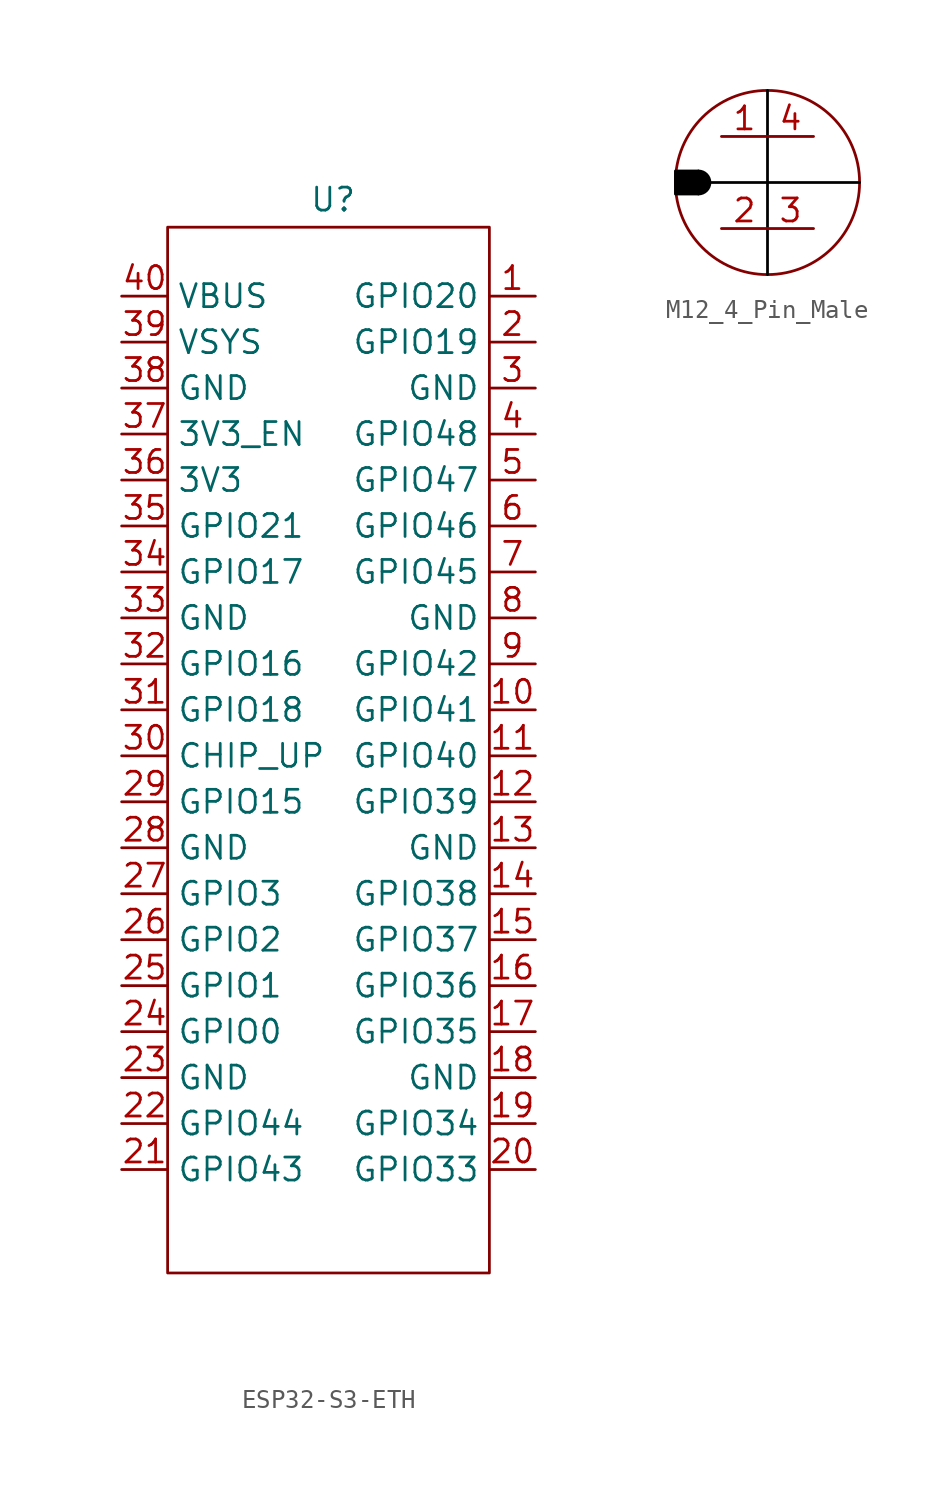
<source format=kicad_sym>
(kicad_symbol_lib
  (version 20241209)
  (generator "kicad_symbol_editor")
  (generator_version "9.0")
  (symbol "ESP32-S3-ETH"
    (property "Reference" "U"
      (at 0.254 34.544 0)
      (effects (font (size 1.27 1.27))))
    (property "Value" ""
      (at 0 0 0)
      (effects (font (size 1.27 1.27))))
    (symbol "ESP32-S3-ETH_0_1"
      (rectangle (start -8.89 33.02) (end 8.89 -24.765) (stroke (width 0) (type default)) (fill (type none))))
    (symbol "ESP32-S3-ETH_1_1"
      (pin bidirectional line (at -11.43 29.21 0) (length 2.54) (name "VBUS" (effects (font (size 1.27 1.27)))) (number "40" (effects (font (size 1.27 1.27)))))
      (pin bidirectional line (at -11.43 26.67 0) (length 2.54) (name "VSYS" (effects (font (size 1.27 1.27)))) (number "39" (effects (font (size 1.27 1.27)))))
      (pin bidirectional line (at -11.43 24.13 0) (length 2.54) (name "GND" (effects (font (size 1.27 1.27)))) (number "38" (effects (font (size 1.27 1.27)))))
      (pin bidirectional line (at -11.43 21.59 0) (length 2.54) (name "3V3_EN" (effects (font (size 1.27 1.27)))) (number "37" (effects (font (size 1.27 1.27)))))
      (pin bidirectional line (at -11.43 19.05 0) (length 2.54) (name "3V3" (effects (font (size 1.27 1.27)))) (number "36" (effects (font (size 1.27 1.27)))))
      (pin bidirectional line (at -11.43 16.51 0) (length 2.54) (name "GPIO21" (effects (font (size 1.27 1.27)))) (number "35" (effects (font (size 1.27 1.27)))))
      (pin bidirectional line (at -11.43 13.97 0) (length 2.54) (name "GPIO17" (effects (font (size 1.27 1.27)))) (number "34" (effects (font (size 1.27 1.27)))))
      (pin bidirectional line (at -11.43 11.43 0) (length 2.54) (name "GND" (effects (font (size 1.27 1.27)))) (number "33" (effects (font (size 1.27 1.27)))))
      (pin bidirectional line (at -11.43 8.89 0) (length 2.54) (name "GPIO16" (effects (font (size 1.27 1.27)))) (number "32" (effects (font (size 1.27 1.27)))))
      (pin bidirectional line (at -11.43 6.35 0) (length 2.54) (name "GPIO18" (effects (font (size 1.27 1.27)))) (number "31" (effects (font (size 1.27 1.27)))))
      (pin bidirectional line (at -11.43 3.81 0) (length 2.54) (name "CHIP_UP" (effects (font (size 1.27 1.27)))) (number "30" (effects (font (size 1.27 1.27)))))
      (pin bidirectional line (at -11.43 1.27 0) (length 2.54) (name "GPIO15" (effects (font (size 1.27 1.27)))) (number "29" (effects (font (size 1.27 1.27)))))
      (pin bidirectional line (at -11.43 -1.27 0) (length 2.54) (name "GND" (effects (font (size 1.27 1.27)))) (number "28" (effects (font (size 1.27 1.27)))))
      (pin bidirectional line (at -11.43 -3.81 0) (length 2.54) (name "GPIO3" (effects (font (size 1.27 1.27)))) (number "27" (effects (font (size 1.27 1.27)))))
      (pin bidirectional line (at -11.43 -6.35 0) (length 2.54) (name "GPIO2" (effects (font (size 1.27 1.27)))) (number "26" (effects (font (size 1.27 1.27)))))
      (pin bidirectional line (at -11.43 -8.89 0) (length 2.54) (name "GPIO1" (effects (font (size 1.27 1.27)))) (number "25" (effects (font (size 1.27 1.27)))))
      (pin bidirectional line (at -11.43 -11.43 0) (length 2.54) (name "GPIO0" (effects (font (size 1.27 1.27)))) (number "24" (effects (font (size 1.27 1.27)))))
      (pin bidirectional line (at -11.43 -13.97 0) (length 2.54) (name "GND" (effects (font (size 1.27 1.27)))) (number "23" (effects (font (size 1.27 1.27)))))
      (pin bidirectional line (at -11.43 -16.51 0) (length 2.54) (name "GPIO44" (effects (font (size 1.27 1.27)))) (number "22" (effects (font (size 1.27 1.27)))))
      (pin bidirectional line (at -11.43 -19.05 0) (length 2.54) (name "GPIO43" (effects (font (size 1.27 1.27)))) (number "21" (effects (font (size 1.27 1.27)))))
      (pin bidirectional line (at 11.43 29.21 180) (length 2.54) (name "GPIO20" (effects (font (size 1.27 1.27)))) (number "1" (effects (font (size 1.27 1.27)))))
      (pin bidirectional line (at 11.43 26.67 180) (length 2.54) (name "GPIO19" (effects (font (size 1.27 1.27)))) (number "2" (effects (font (size 1.27 1.27)))))
      (pin bidirectional line (at 11.43 24.13 180) (length 2.54) (name "GND" (effects (font (size 1.27 1.27)))) (number "3" (effects (font (size 1.27 1.27)))))
      (pin bidirectional line (at 11.43 21.59 180) (length 2.54) (name "GPIO48" (effects (font (size 1.27 1.27)))) (number "4" (effects (font (size 1.27 1.27)))))
      (pin bidirectional line (at 11.43 19.05 180) (length 2.54) (name "GPIO47" (effects (font (size 1.27 1.27)))) (number "5" (effects (font (size 1.27 1.27)))))
      (pin bidirectional line (at 11.43 16.51 180) (length 2.54) (name "GPIO46" (effects (font (size 1.27 1.27)))) (number "6" (effects (font (size 1.27 1.27)))))
      (pin bidirectional line (at 11.43 13.97 180) (length 2.54) (name "GPIO45" (effects (font (size 1.27 1.27)))) (number "7" (effects (font (size 1.27 1.27)))))
      (pin bidirectional line (at 11.43 11.43 180) (length 2.54) (name "GND" (effects (font (size 1.27 1.27)))) (number "8" (effects (font (size 1.27 1.27)))))
      (pin bidirectional line (at 11.43 8.89 180) (length 2.54) (name "GPIO42" (effects (font (size 1.27 1.27)))) (number "9" (effects (font (size 1.27 1.27)))))
      (pin bidirectional line (at 11.43 6.35 180) (length 2.54) (name "GPIO41" (effects (font (size 1.27 1.27)))) (number "10" (effects (font (size 1.27 1.27)))))
      (pin bidirectional line (at 11.43 3.81 180) (length 2.54) (name "GPIO40" (effects (font (size 1.27 1.27)))) (number "11" (effects (font (size 1.27 1.27)))))
      (pin bidirectional line (at 11.43 1.27 180) (length 2.54) (name "GPIO39" (effects (font (size 1.27 1.27)))) (number "12" (effects (font (size 1.27 1.27)))))
      (pin bidirectional line (at 11.43 -1.27 180) (length 2.54) (name "GND" (effects (font (size 1.27 1.27)))) (number "13" (effects (font (size 1.27 1.27)))))
      (pin bidirectional line (at 11.43 -3.81 180) (length 2.54) (name "GPIO38" (effects (font (size 1.27 1.27)))) (number "14" (effects (font (size 1.27 1.27)))))
      (pin bidirectional line (at 11.43 -6.35 180) (length 2.54) (name "GPIO37" (effects (font (size 1.27 1.27)))) (number "15" (effects (font (size 1.27 1.27)))))
      (pin bidirectional line (at 11.43 -8.89 180) (length 2.54) (name "GPIO36" (effects (font (size 1.27 1.27)))) (number "16" (effects (font (size 1.27 1.27)))))
      (pin bidirectional line (at 11.43 -11.43 180) (length 2.54) (name "GPIO35" (effects (font (size 1.27 1.27)))) (number "17" (effects (font (size 1.27 1.27)))))
      (pin bidirectional line (at 11.43 -13.97 180) (length 2.54) (name "GND" (effects (font (size 1.27 1.27)))) (number "18" (effects (font (size 1.27 1.27)))))
      (pin bidirectional line (at 11.43 -16.51 180) (length 2.54) (name "GPIO34" (effects (font (size 1.27 1.27)))) (number "19" (effects (font (size 1.27 1.27)))))
      (pin bidirectional line (at 11.43 -19.05 180) (length 2.54) (name "GPIO33" (effects (font (size 1.27 1.27)))) (number "20" (effects (font (size 1.27 1.27)))))))
  (symbol "M12_4_Pin_Male"
    (property "Reference" "U"
      (at 0 6.35 0)
      (effects (font (size 1.27 1.27)) (hide yes)))
    (property "Value" ""
      (at 0 0 0)
      (effects (font (size 1.27 1.27))))
    (symbol "M12_4_Pin_Male_0_1"
      (circle (center 0 0) (radius 5.08) (stroke (width 0) (type default)) (fill (type none))))
    (symbol "M12_4_Pin_Male_1_1"
      (rectangle (start -5.08 0.635) (end -3.81 -0.635) (stroke (width 0) (type solid) (color 0 0 0 1)) (fill (type outline)))
      (arc (start -3.81 0.635) (mid -3.175 0) (end -3.81 -0.635) (stroke (width 0) (type solid) (color 0 0 0 1)) (fill (type outline)))
      (polyline (pts (xy -3.175 0) (xy 5.08 0)) (stroke (width 0) (type default) (color 0 0 0 1)) (fill (type none)))
      (polyline (pts (xy 0 5.08) (xy 0 -5.08)) (stroke (width 0) (type default) (color 0 0 0 1)) (fill (type none)))
      (pin bidirectional line (at -2.54 2.54 0) (length 2.54) (name "" (effects (font (size 1.27 1.27)))) (number "1" (effects (font (size 1.27 1.27)))))
      (pin bidirectional line (at -2.54 -2.54 0) (length 2.54) (name "" (effects (font (size 1.27 1.27)))) (number "2" (effects (font (size 1.27 1.27)))))
      (pin bidirectional line (at 2.54 2.54 180) (length 2.54) (name "" (effects (font (size 1.27 1.27)))) (number "4" (effects (font (size 1.27 1.27)))))
      (pin bidirectional line (at 2.54 -2.54 180) (length 2.54) (name "" (effects (font (size 1.27 1.27)))) (number "3" (effects (font (size 1.27 1.27))))))))
</source>
